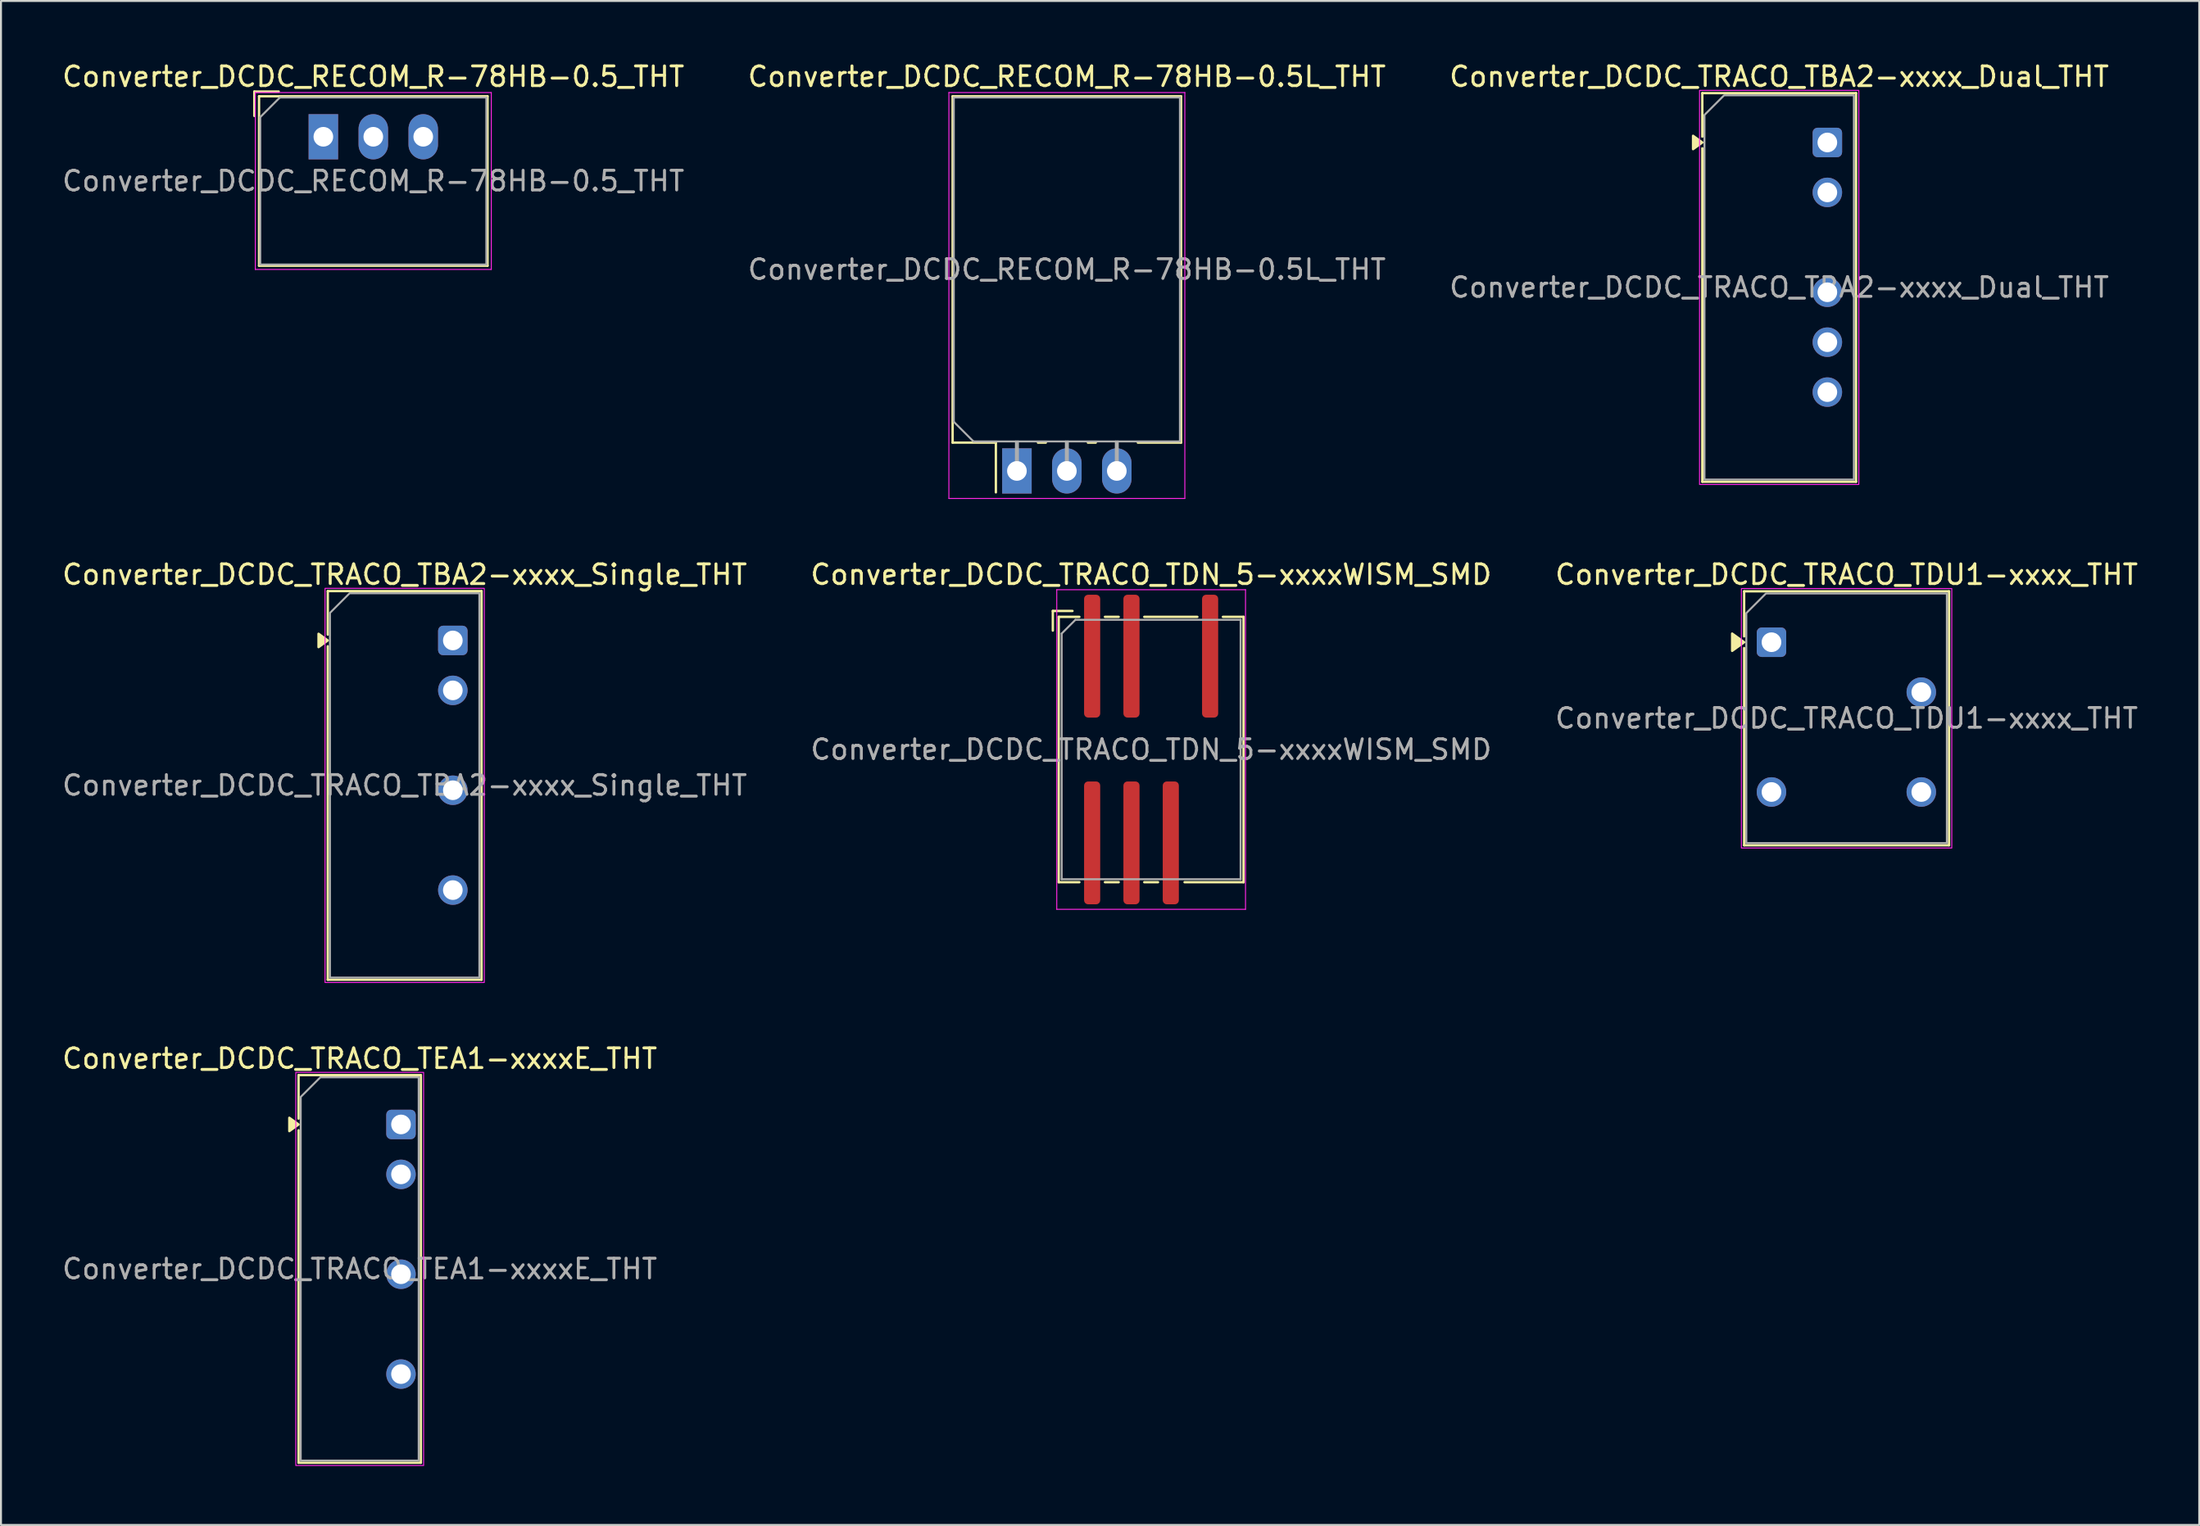
<source format=kicad_pcb>
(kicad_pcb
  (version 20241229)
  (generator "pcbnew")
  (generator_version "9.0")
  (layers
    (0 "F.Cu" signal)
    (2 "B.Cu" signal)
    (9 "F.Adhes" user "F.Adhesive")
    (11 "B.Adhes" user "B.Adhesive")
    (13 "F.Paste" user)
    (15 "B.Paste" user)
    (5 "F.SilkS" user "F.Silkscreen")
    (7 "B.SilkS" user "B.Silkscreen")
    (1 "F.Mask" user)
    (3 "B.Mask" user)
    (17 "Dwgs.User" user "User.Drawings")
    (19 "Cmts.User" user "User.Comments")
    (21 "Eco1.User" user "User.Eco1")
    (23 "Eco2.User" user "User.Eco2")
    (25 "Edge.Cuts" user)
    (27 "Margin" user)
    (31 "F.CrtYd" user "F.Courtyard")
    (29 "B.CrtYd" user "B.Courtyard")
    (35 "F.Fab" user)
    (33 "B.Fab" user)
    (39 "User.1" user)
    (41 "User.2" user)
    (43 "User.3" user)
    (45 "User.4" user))
  (footprint "Converter_DCDC_TRACO_TDN_5-xxxxWISM_SMD"
    (layer "F.Cu")
    (at 55.494 35.081)
    (property "Reference" "Converter_DCDC_TRACO_TDN_5-xxxxWISM_SMD" (at 0 -8.9 0) (layer "F.SilkS") (effects (font (size 1 1) (thickness 0.15))))
    (attr smd)
    (fp_line (start -5 -7.05) (end -4 -7.05) (stroke (width 0.12) (type solid)) (layer "F.SilkS"))
    (fp_line (start -5 -6.05) (end -5 -7.05) (stroke (width 0.12) (type solid)) (layer "F.SilkS"))
    (fp_line (start -4.7 -6.75) (end -3.65 -6.75) (stroke (width 0.12) (type solid)) (layer "F.SilkS"))
    (fp_line (start -4.7 6.75) (end -4.7 -6.75) (stroke (width 0.12) (type solid)) (layer "F.SilkS"))
    (fp_line (start -3.65 6.75) (end -4.7 6.75) (stroke (width 0.12) (type solid)) (layer "F.SilkS"))
    (fp_line (start -2.35 -6.75) (end -1.65 -6.75) (stroke (width 0.12) (type solid)) (layer "F.SilkS"))
    (fp_line (start -2.35 6.75) (end -1.65 6.75) (stroke (width 0.12) (type solid)) (layer "F.SilkS"))
    (fp_line (start -0.35 -6.75) (end 2.35 -6.75) (stroke (width 0.12) (type solid)) (layer "F.SilkS"))
    (fp_line (start -0.35 6.75) (end 0.35 6.75) (stroke (width 0.12) (type solid)) (layer "F.SilkS"))
    (fp_line (start 1.7 6.75) (end 4.7 6.75) (stroke (width 0.12) (type solid)) (layer "F.SilkS"))
    (fp_line (start 3.65 -6.75) (end 4.7 -6.75) (stroke (width 0.12) (type solid)) (layer "F.SilkS"))
    (fp_line (start 4.7 -6.75) (end 4.7 6.75) (stroke (width 0.12) (type solid)) (layer "F.SilkS"))
    (fp_line (start -4.8 -8.13) (end 4.8 -8.13) (stroke (width 0.05) (type solid)) (layer "F.CrtYd"))
    (fp_line (start -4.8 8.13) (end -4.8 -8.13) (stroke (width 0.05) (type solid)) (layer "F.CrtYd"))
    (fp_line (start 4.8 -8.13) (end 4.8 8.13) (stroke (width 0.05) (type solid)) (layer "F.CrtYd"))
    (fp_line (start 4.8 8.13) (end -4.8 8.13) (stroke (width 0.05) (type solid)) (layer "F.CrtYd"))
    (fp_line (start -4.55 6.6) (end -4.55 -5.9) (stroke (width 0.1) (type solid)) (layer "F.Fab"))
    (fp_line (start -3.85 -6.6) (end -4.55 -5.9) (stroke (width 0.1) (type solid)) (layer "F.Fab"))
    (fp_line (start -3.85 -6.6) (end 4.55 -6.6) (stroke (width 0.1) (type solid)) (layer "F.Fab"))
    (fp_line (start 4.55 -6.6) (end 4.55 6.6) (stroke (width 0.1) (type solid)) (layer "F.Fab"))
    (fp_line (start 4.55 6.6) (end -4.55 6.6) (stroke (width 0.1) (type solid)) (layer "F.Fab"))
    (fp_text user "${REFERENCE}" (at 0 0 0) (layer "F.Fab") (effects (font (size 1 1) (thickness 0.15))))
    (pad "1" smd roundrect (at -3 -4.75) (size 0.82 6.25) (layers "F.Cu" "F.Mask" "F.Paste") (roundrect_rratio 0.25))
    (pad "2" smd roundrect (at -1 -4.75) (size 0.82 6.25) (layers "F.Cu" "F.Mask" "F.Paste") (roundrect_rratio 0.25))
    (pad "4" smd roundrect (at 3 -4.75) (size 0.82 6.25) (layers "F.Cu" "F.Mask" "F.Paste") (roundrect_rratio 0.25))
    (pad "5" smd roundrect (at -3 4.75) (size 0.82 6.25) (layers "F.Cu" "F.Mask" "F.Paste") (roundrect_rratio 0.25))
    (pad "6" smd roundrect (at -1 4.75) (size 0.82 6.25) (layers "F.Cu" "F.Mask" "F.Paste") (roundrect_rratio 0.25))
    (pad "7" smd roundrect (at 1 4.75) (size 0.82 6.25) (layers "F.Cu" "F.Mask" "F.Paste") (roundrect_rratio 0.25)))
  (footprint "Converter_DCDC_RECOM_R-78HB-0.5L_THT"
    (layer "F.Cu")
    (at 48.668 20.908)
    (property "Reference" "Converter_DCDC_RECOM_R-78HB-0.5L_THT" (at 2.54 -20.06 0) (layer "F.SilkS") (effects (font (size 1 1) (thickness 0.15))))
    (attr through_hole)
    (fp_line (start -3.27 -19.06) (end 8.35 -19.06) (stroke (width 0.12) (type solid)) (layer "F.SilkS"))
    (fp_line (start -3.27 -1.44) (end -3.27 -19.06) (stroke (width 0.12) (type solid)) (layer "F.SilkS"))
    (fp_line (start -1.07 -1.44) (end -3.27 -1.44) (stroke (width 0.12) (type solid)) (layer "F.SilkS"))
    (fp_line (start -1.07 -1.44) (end -1.07 1.09) (stroke (width 0.12) (type solid)) (layer "F.SilkS"))
    (fp_line (start 1.47 -1.44) (end 1.07 -1.44) (stroke (width 0.12) (type solid)) (layer "F.SilkS"))
    (fp_line (start 4.01 -1.44) (end 3.61 -1.44) (stroke (width 0.12) (type solid)) (layer "F.SilkS"))
    (fp_line (start 8.35 -19.06) (end 8.35 -1.44) (stroke (width 0.12) (type solid)) (layer "F.SilkS"))
    (fp_line (start 8.35 -1.44) (end 6.15 -1.44) (stroke (width 0.12) (type solid)) (layer "F.SilkS"))
    (fp_line (start -3.46 -19.25) (end -3.46 1.4) (stroke (width 0.05) (type solid)) (layer "F.CrtYd"))
    (fp_line (start -3.46 1.4) (end 8.54 1.4) (stroke (width 0.05) (type solid)) (layer "F.CrtYd"))
    (fp_line (start 8.54 -19.25) (end -3.46 -19.25) (stroke (width 0.05) (type solid)) (layer "F.CrtYd"))
    (fp_line (start 8.54 1.4) (end 8.54 -19.25) (stroke (width 0.05) (type solid)) (layer "F.CrtYd"))
    (fp_line (start -3.21 -19) (end 8.29 -19) (stroke (width 0.1) (type solid)) (layer "F.Fab"))
    (fp_line (start -3.21 -2.5) (end -3.21 -19) (stroke (width 0.1) (type solid)) (layer "F.Fab"))
    (fp_line (start -2.21 -1.5) (end -3.21 -2.5) (stroke (width 0.1) (type solid)) (layer "F.Fab"))
    (fp_line (start -0.05 0) (end -0.05 -1.5) (stroke (width 0.1) (type solid)) (layer "F.Fab"))
    (fp_line (start 0.05 0) (end 0.05 -1.5) (stroke (width 0.1) (type solid)) (layer "F.Fab"))
    (fp_line (start 2.49 0) (end 2.49 -1.5) (stroke (width 0.1) (type solid)) (layer "F.Fab"))
    (fp_line (start 2.59 0) (end 2.59 -1.5) (stroke (width 0.1) (type solid)) (layer "F.Fab"))
    (fp_line (start 5.03 0) (end 5.03 -1.5) (stroke (width 0.1) (type solid)) (layer "F.Fab"))
    (fp_line (start 5.13 0) (end 5.13 -1.5) (stroke (width 0.1) (type solid)) (layer "F.Fab"))
    (fp_line (start 8.29 -19) (end 8.29 -1.5) (stroke (width 0.1) (type solid)) (layer "F.Fab"))
    (fp_line (start 8.29 -1.5) (end -2.21 -1.5) (stroke (width 0.1) (type solid)) (layer "F.Fab"))
    (fp_text user "${REFERENCE}" (at 2.54 -10.25 0) (layer "F.Fab") (effects (font (size 1 1) (thickness 0.15))))
    (pad "1" thru_hole rect (at 0 0) (size 1.5 2.3) (drill 1) (layers "*.Cu" "*.Mask"))
    (pad "2" thru_hole oval (at 2.54 0) (size 1.5 2.3) (drill 1) (layers "*.Cu" "*.Mask"))
    (pad "3" thru_hole oval (at 5.08 0) (size 1.5 2.3) (drill 1) (layers "*.Cu" "*.Mask")))
  (footprint "Converter_DCDC_TRACO_TBA2-xxxx_Single_THT"
    (layer "F.Cu")
    (at 19.98 29.532)
    (property "Reference" "Converter_DCDC_TRACO_TBA2-xxxx_Single_THT" (at -2.45 -3.35 0) (layer "F.SilkS") (effects (font (size 1 1) (thickness 0.15))))
    (attr through_hole)
    (fp_line (start -6.36 -2.51) (end 1.46 -2.51) (stroke (width 0.12) (type solid)) (layer "F.SilkS"))
    (fp_line (start -6.36 -0.296) (end -6.36 -2.51) (stroke (width 0.12) (type solid)) (layer "F.SilkS"))
    (fp_line (start -6.36 17.26) (end -6.36 0.296) (stroke (width 0.12) (type solid)) (layer "F.SilkS"))
    (fp_line (start 1.46 -2.51) (end 1.46 17.26) (stroke (width 0.12) (type solid)) (layer "F.SilkS"))
    (fp_line (start 1.46 17.26) (end -6.36 17.26) (stroke (width 0.12) (type solid)) (layer "F.SilkS"))
    (fp_poly (pts (xy -6.36 0) (xy -6.83 0.34) (xy -6.83 -0.34)) (stroke (width 0.12) (type solid)) (fill yes) (layer "F.SilkS"))
    (fp_rect (start -6.5 -2.65) (end 1.6 17.4) (stroke (width 0.05) (type solid)) (fill no) (layer "F.CrtYd"))
    (fp_poly (pts (xy -6.25 -1.4) (xy -6.25 17.15) (xy 1.35 17.15) (xy 1.35 -2.4) (xy -5.25 -2.4)) (stroke (width 0.1) (type solid)) (fill no) (layer "F.Fab"))
    (fp_text user "${REFERENCE}" (at -2.45 7.37 0) (layer "F.Fab") (effects (font (size 1 1) (thickness 0.15))))
    (pad "1" thru_hole roundrect (at 0 0) (size 1.5 1.5) (drill 1) (layers "*.Cu" "*.Mask") (roundrect_rratio 0.167))
    (pad "2" thru_hole circle (at 0 2.54) (size 1.5 1.5) (drill 1) (layers "*.Cu" "*.Mask"))
    (pad "4" thru_hole circle (at 0 7.62) (size 1.5 1.5) (drill 1) (layers "*.Cu" "*.Mask"))
    (pad "6" thru_hole circle (at 0 12.7) (size 1.5 1.5) (drill 1) (layers "*.Cu" "*.Mask")))
  (footprint "Converter_DCDC_TRACO_TEA1-xxxxE_THT"
    (layer "F.Cu")
    (at 17.344 54.155)
    (property "Reference" "Converter_DCDC_TRACO_TEA1-xxxxE_THT" (at -2.1 -3.35 0) (layer "F.SilkS") (effects (font (size 1 1) (thickness 0.15))))
    (attr through_hole)
    (fp_line (start -5.21 -2.51) (end 1.01 -2.51) (stroke (width 0.12) (type solid)) (layer "F.SilkS"))
    (fp_line (start -5.21 -0.296) (end -5.21 -2.51) (stroke (width 0.12) (type solid)) (layer "F.SilkS"))
    (fp_line (start -5.21 17.21) (end -5.21 0.296) (stroke (width 0.12) (type solid)) (layer "F.SilkS"))
    (fp_line (start 1.01 -2.51) (end 1.01 17.21) (stroke (width 0.12) (type solid)) (layer "F.SilkS"))
    (fp_line (start 1.01 17.21) (end -5.21 17.21) (stroke (width 0.12) (type solid)) (layer "F.SilkS"))
    (fp_poly (pts (xy -5.21 0) (xy -5.68 0.34) (xy -5.68 -0.34)) (stroke (width 0.12) (type solid)) (fill yes) (layer "F.SilkS"))
    (fp_rect (start -5.35 -2.65) (end 1.15 17.35) (stroke (width 0.05) (type solid)) (fill no) (layer "F.CrtYd"))
    (fp_poly (pts (xy -5.1 -1.4) (xy -5.1 17.1) (xy 0.9 17.1) (xy 0.9 -2.4) (xy -4.1 -2.4)) (stroke (width 0.1) (type solid)) (fill no) (layer "F.Fab"))
    (fp_text user "${REFERENCE}" (at -2.1 7.35 0) (layer "F.Fab") (effects (font (size 1 1) (thickness 0.15))))
    (pad "1" thru_hole roundrect (at 0 0) (size 1.5 1.5) (drill 1) (layers "*.Cu" "*.Mask") (roundrect_rratio 0.167))
    (pad "2" thru_hole circle (at 0 2.54) (size 1.5 1.5) (drill 1) (layers "*.Cu" "*.Mask"))
    (pad "4" thru_hole circle (at 0 7.62) (size 1.5 1.5) (drill 1) (layers "*.Cu" "*.Mask"))
    (pad "6" thru_hole circle (at 0 12.7) (size 1.5 1.5) (drill 1) (layers "*.Cu" "*.Mask")))
  (footprint "Converter_DCDC_TRACO_TDU1-xxxx_THT"
    (layer "F.Cu")
    (at 87.043 29.622)
    (property "Reference" "Converter_DCDC_TRACO_TDU1-xxxx_THT" (at 3.82 -3.44 0) (layer "F.SilkS") (effects (font (size 1 1) (thickness 0.15))))
    (attr through_hole)
    (fp_line (start -1.39 -2.59) (end 9.03 -2.59) (stroke (width 0.12) (type solid)) (layer "F.SilkS"))
    (fp_line (start -1.39 -0.296) (end -1.39 -2.59) (stroke (width 0.12) (type solid)) (layer "F.SilkS"))
    (fp_line (start -1.39 10.33) (end -1.39 0.296) (stroke (width 0.12) (type solid)) (layer "F.SilkS"))
    (fp_line (start 9.03 -2.59) (end 9.03 10.33) (stroke (width 0.12) (type solid)) (layer "F.SilkS"))
    (fp_line (start 9.03 10.33) (end -1.39 10.33) (stroke (width 0.12) (type solid)) (layer "F.SilkS"))
    (fp_poly (pts (xy -1.39 0) (xy -2 0.44) (xy -2 -0.44)) (stroke (width 0.12) (type solid)) (fill yes) (layer "F.SilkS"))
    (fp_rect (start -1.53 -2.73) (end 9.17 10.47) (stroke (width 0.05) (type solid)) (fill no) (layer "F.CrtYd"))
    (fp_poly (pts (xy -1.28 -1.48) (xy -1.28 10.22) (xy 8.92 10.22) (xy 8.92 -2.48) (xy -0.28 -2.48)) (stroke (width 0.1) (type solid)) (fill no) (layer "F.Fab"))
    (fp_text user "${REFERENCE}" (at 3.82 3.87 0) (layer "F.Fab") (effects (font (size 1 1) (thickness 0.15))))
    (pad "1" thru_hole roundrect (at 0 0) (size 1.5 1.5) (drill 1) (layers "*.Cu" "*.Mask") (roundrect_rratio 0.167))
    (pad "4" thru_hole circle (at 0 7.62) (size 1.5 1.5) (drill 1) (layers "*.Cu" "*.Mask"))
    (pad "5" thru_hole circle (at 7.62 7.62) (size 1.5 1.5) (drill 1) (layers "*.Cu" "*.Mask"))
    (pad "7" thru_hole circle (at 7.62 2.54) (size 1.5 1.5) (drill 1) (layers "*.Cu" "*.Mask")))
  (footprint "Converter_DCDC_RECOM_R-78HB-0.5_THT"
    (layer "F.Cu")
    (at 13.395 3.908)
    (property "Reference" "Converter_DCDC_RECOM_R-78HB-0.5_THT" (at 2.54 -3.06 0) (layer "F.SilkS") (effects (font (size 1 1) (thickness 0.15))))
    (attr through_hole)
    (fp_line (start -3.51 -2.3) (end -2.27 -2.3) (stroke (width 0.12) (type solid)) (layer "F.SilkS"))
    (fp_line (start -3.51 -1.06) (end -3.51 -2.3) (stroke (width 0.12) (type solid)) (layer "F.SilkS"))
    (fp_line (start -3.27 -2.06) (end 8.35 -2.06) (stroke (width 0.12) (type solid)) (layer "F.SilkS"))
    (fp_line (start -3.27 6.56) (end -3.27 -2.06) (stroke (width 0.12) (type solid)) (layer "F.SilkS"))
    (fp_line (start 8.35 -2.06) (end 8.35 6.56) (stroke (width 0.12) (type solid)) (layer "F.SilkS"))
    (fp_line (start 8.35 6.56) (end -3.27 6.56) (stroke (width 0.12) (type solid)) (layer "F.SilkS"))
    (fp_line (start -3.46 -2.25) (end -3.46 6.75) (stroke (width 0.05) (type solid)) (layer "F.CrtYd"))
    (fp_line (start -3.46 6.75) (end 8.54 6.75) (stroke (width 0.05) (type solid)) (layer "F.CrtYd"))
    (fp_line (start 8.54 -2.25) (end -3.46 -2.25) (stroke (width 0.05) (type solid)) (layer "F.CrtYd"))
    (fp_line (start 8.54 6.75) (end 8.54 -2.25) (stroke (width 0.05) (type solid)) (layer "F.CrtYd"))
    (fp_line (start -3.21 -1) (end -2.21 -2) (stroke (width 0.1) (type solid)) (layer "F.Fab"))
    (fp_line (start -3.21 6.5) (end -3.21 -1) (stroke (width 0.1) (type solid)) (layer "F.Fab"))
    (fp_line (start -2.21 -2) (end 8.29 -2) (stroke (width 0.1) (type solid)) (layer "F.Fab"))
    (fp_line (start 8.29 -2) (end 8.29 6.5) (stroke (width 0.1) (type solid)) (layer "F.Fab"))
    (fp_line (start 8.29 6.5) (end -3.21 6.5) (stroke (width 0.1) (type solid)) (layer "F.Fab"))
    (fp_text user "${REFERENCE}" (at 2.54 2.25 0) (layer "F.Fab") (effects (font (size 1 1) (thickness 0.15))))
    (pad "1" thru_hole rect (at 0 0) (size 1.5 2.3) (drill 1) (layers "*.Cu" "*.Mask"))
    (pad "2" thru_hole oval (at 2.54 0) (size 1.5 2.3) (drill 1) (layers "*.Cu" "*.Mask"))
    (pad "3" thru_hole oval (at 5.08 0) (size 1.5 2.3) (drill 1) (layers "*.Cu" "*.Mask")))
  (footprint "Converter_DCDC_TRACO_TBA2-xxxx_Dual_THT"
    (layer "F.Cu")
    (at 89.885 4.198)
    (property "Reference" "Converter_DCDC_TRACO_TBA2-xxxx_Dual_THT" (at -2.45 -3.35 0) (layer "F.SilkS") (effects (font (size 1 1) (thickness 0.15))))
    (attr through_hole)
    (fp_line (start -6.36 -2.51) (end 1.46 -2.51) (stroke (width 0.12) (type solid)) (layer "F.SilkS"))
    (fp_line (start -6.36 -0.296) (end -6.36 -2.51) (stroke (width 0.12) (type solid)) (layer "F.SilkS"))
    (fp_line (start -6.36 17.26) (end -6.36 0.296) (stroke (width 0.12) (type solid)) (layer "F.SilkS"))
    (fp_line (start 1.46 -2.51) (end 1.46 17.26) (stroke (width 0.12) (type solid)) (layer "F.SilkS"))
    (fp_line (start 1.46 17.26) (end -6.36 17.26) (stroke (width 0.12) (type solid)) (layer "F.SilkS"))
    (fp_poly (pts (xy -6.36 0) (xy -6.83 0.34) (xy -6.83 -0.34)) (stroke (width 0.12) (type solid)) (fill yes) (layer "F.SilkS"))
    (fp_rect (start -6.5 -2.65) (end 1.6 17.4) (stroke (width 0.05) (type solid)) (fill no) (layer "F.CrtYd"))
    (fp_poly (pts (xy -6.25 -1.4) (xy -6.25 17.15) (xy 1.35 17.15) (xy 1.35 -2.4) (xy -5.25 -2.4)) (stroke (width 0.1) (type solid)) (fill no) (layer "F.Fab"))
    (fp_text user "${REFERENCE}" (at -2.45 7.37 0) (layer "F.Fab") (effects (font (size 1 1) (thickness 0.15))))
    (pad "1" thru_hole roundrect (at 0 0) (size 1.5 1.5) (drill 1) (layers "*.Cu" "*.Mask") (roundrect_rratio 0.167))
    (pad "2" thru_hole circle (at 0 2.54) (size 1.5 1.5) (drill 1) (layers "*.Cu" "*.Mask"))
    (pad "4" thru_hole circle (at 0 7.62) (size 1.5 1.5) (drill 1) (layers "*.Cu" "*.Mask"))
    (pad "5" thru_hole circle (at 0 10.16) (size 1.5 1.5) (drill 1) (layers "*.Cu" "*.Mask"))
    (pad "6" thru_hole circle (at 0 12.7) (size 1.5 1.5) (drill 1) (layers "*.Cu" "*.Mask")))
  (gr_rect
    (start -3 -3)
    (end 108.798 74.53)
    (stroke (width 0.1) (type default))
    (fill no)
    (layer "Edge.Cuts")))
</source>
